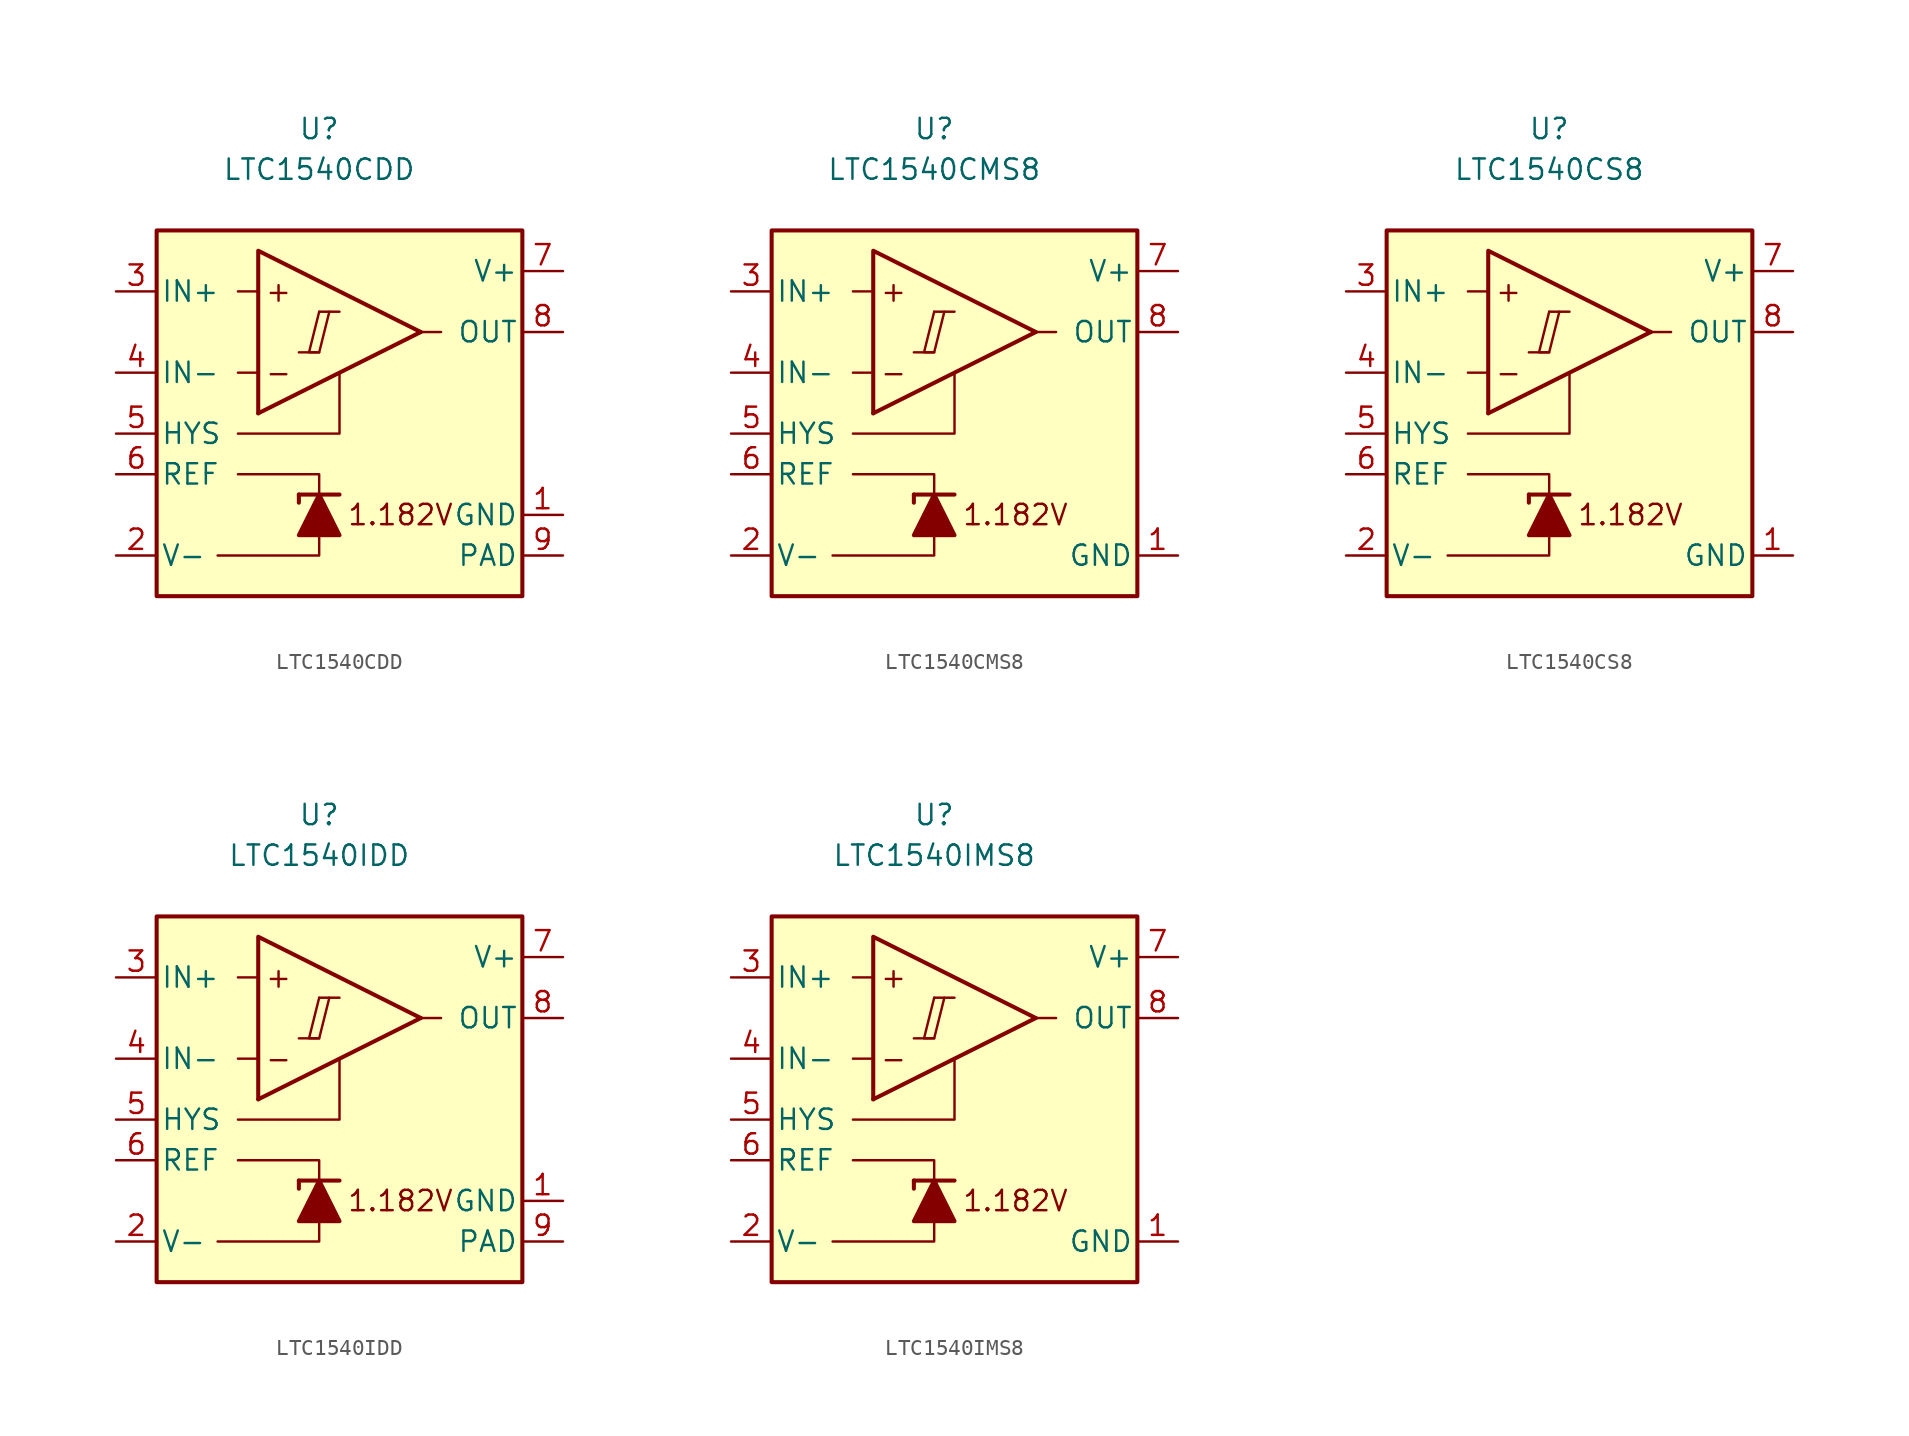
<source format=kicad_sym>
(kicad_symbol_lib
  (version 20231120)
  (generator "kicad_symbol_editor")
  (generator_version "8.0")
  (symbol "LTC1540CDD"
    (pin_names
      (offset 0.254))
    (property "Reference" "U"
      (at 0 16.51 0)
      (effects (font (size 1.27 1.27))))
    (property "Value" "LTC1540CDD"
      (at 0 13.97 0)
      (effects (font (size 1.27 1.27))))
    (symbol "LTC1540CDD_0_0"
      (polyline (pts (xy -1.27 2.54) (xy 0 2.54)) (stroke (width 0.152) (type default)) (fill (type none)))
      (polyline (pts (xy 0 5.08) (xy 1.27 5.08)) (stroke (width 0.152) (type default)) (fill (type none)))
      (polyline (pts (xy 6.35 3.81) (xy -3.81 -1.27)) (stroke (width 0.254) (type default)) (fill (type none)))
      (polyline (pts (xy 6.35 3.81) (xy -3.81 8.89) (xy -3.81 -1.27)) (stroke (width 0.254) (type default)) (fill (type background)))
      (polyline (pts (xy 0 5.08) (xy -0.635 2.54) (xy 0 2.54) (xy 0.635 5.08)) (stroke (width 0.152) (type default)) (fill (type none)))
      (text "+" (at -2.54 6.35 0) (effects (font (size 1.27 1.27))))
      (text "-" (at -2.54 1.27 0) (effects (font (size 1.27 1.27)))))
    (symbol "LTC1540CDD_0_1"
      (polyline (pts (xy -3.81 1.27) (xy -5.08 1.27)) (stroke (width 0) (type default)) (fill (type none)))
      (polyline (pts (xy -3.81 6.35) (xy -5.08 6.35)) (stroke (width 0) (type default)) (fill (type none)))
      (polyline (pts (xy -1.27 -6.35) (xy -1.27 -6.858)) (stroke (width 0.254) (type default)) (fill (type none)))
      (polyline (pts (xy -1.27 -6.35) (xy 1.27 -6.35)) (stroke (width 0.254) (type default)) (fill (type none)))
      (polyline (pts (xy 6.35 3.81) (xy 7.62 3.81)) (stroke (width 0) (type default)) (fill (type none)))
      (polyline (pts (xy 0 -8.89) (xy 0 -10.16) (xy -6.35 -10.16)) (stroke (width 0) (type default)) (fill (type none)))
      (polyline (pts (xy 0 -6.35) (xy 0 -5.08) (xy -5.08 -5.08)) (stroke (width 0) (type default)) (fill (type none)))
      (polyline (pts (xy 1.27 1.27) (xy 1.27 -2.54) (xy -5.08 -2.54)) (stroke (width 0) (type default)) (fill (type none)))
      (polyline (pts (xy 1.27 -8.89) (xy -1.27 -8.89) (xy 0 -6.35) (xy 1.27 -8.89)) (stroke (width 0.254) (type default)) (fill (type outline)))
      (rectangle (start 12.7 10.16) (end -10.16 -12.7) (stroke (width 0.254) (type default)) (fill (type background))))
    (symbol "LTC1540CDD_1_0"
      (text "1.182V" (at 5.08 -7.62 0) (effects (font (size 1.27 1.27)))))
    (symbol "LTC1540CDD_1_1"
      (pin power_in line (at 15.24 -7.62 180) (length 2.54) (name "GND" (effects (font (size 1.27 1.27)))) (number "1" (effects (font (size 1.27 1.27)))))
      (pin power_in line (at -12.7 -10.16 0) (length 2.54) (name "V-" (effects (font (size 1.27 1.27)))) (number "2" (effects (font (size 1.27 1.27)))))
      (pin input line (at -12.7 6.35 0) (length 2.54) (name "IN+" (effects (font (size 1.27 1.27)))) (number "3" (effects (font (size 1.27 1.27)))))
      (pin input line (at -12.7 1.27 0) (length 2.54) (name "IN-" (effects (font (size 1.27 1.27)))) (number "4" (effects (font (size 1.27 1.27)))))
      (pin input line (at -12.7 -2.54 0) (length 2.54) (name "HYS" (effects (font (size 1.27 1.27)))) (number "5" (effects (font (size 1.27 1.27)))))
      (pin output line (at -12.7 -5.08 0) (length 2.54) (name "REF" (effects (font (size 1.27 1.27)))) (number "6" (effects (font (size 1.27 1.27)))))
      (pin power_in line (at 15.24 7.62 180) (length 2.54) (name "V+" (effects (font (size 1.27 1.27)))) (number "7" (effects (font (size 1.27 1.27)))))
      (pin output line (at 15.24 3.81 180) (length 2.54) (name "OUT" (effects (font (size 1.27 1.27)))) (number "8" (effects (font (size 1.27 1.27)))))
      (pin power_in line (at 15.24 -10.16 180) (length 2.54) (name "PAD" (effects (font (size 1.27 1.27)))) (number "9" (effects (font (size 1.27 1.27)))))))
  (symbol "LTC1540CMS8"
    (pin_names
      (offset 0.254))
    (property "Reference" "U"
      (at 0 16.51 0)
      (effects (font (size 1.27 1.27))))
    (property "Value" "LTC1540CMS8"
      (at 0 13.97 0)
      (effects (font (size 1.27 1.27))))
    (symbol "LTC1540CMS8_0_0"
      (polyline (pts (xy -1.27 2.54) (xy 0 2.54)) (stroke (width 0.152) (type default)) (fill (type none)))
      (polyline (pts (xy 0 5.08) (xy 1.27 5.08)) (stroke (width 0.152) (type default)) (fill (type none)))
      (polyline (pts (xy 6.35 3.81) (xy -3.81 -1.27)) (stroke (width 0.254) (type default)) (fill (type none)))
      (polyline (pts (xy 6.35 3.81) (xy -3.81 8.89) (xy -3.81 -1.27)) (stroke (width 0.254) (type default)) (fill (type background)))
      (polyline (pts (xy 0 5.08) (xy -0.635 2.54) (xy 0 2.54) (xy 0.635 5.08)) (stroke (width 0.152) (type default)) (fill (type none)))
      (text "+" (at -2.54 6.35 0) (effects (font (size 1.27 1.27))))
      (text "-" (at -2.54 1.27 0) (effects (font (size 1.27 1.27)))))
    (symbol "LTC1540CMS8_0_1"
      (polyline (pts (xy -3.81 1.27) (xy -5.08 1.27)) (stroke (width 0) (type default)) (fill (type none)))
      (polyline (pts (xy -3.81 6.35) (xy -5.08 6.35)) (stroke (width 0) (type default)) (fill (type none)))
      (polyline (pts (xy -1.27 -6.35) (xy -1.27 -6.858)) (stroke (width 0.254) (type default)) (fill (type none)))
      (polyline (pts (xy -1.27 -6.35) (xy 1.27 -6.35)) (stroke (width 0.254) (type default)) (fill (type none)))
      (polyline (pts (xy 6.35 3.81) (xy 7.62 3.81)) (stroke (width 0) (type default)) (fill (type none)))
      (polyline (pts (xy 0 -8.89) (xy 0 -10.16) (xy -6.35 -10.16)) (stroke (width 0) (type default)) (fill (type none)))
      (polyline (pts (xy 0 -6.35) (xy 0 -5.08) (xy -5.08 -5.08)) (stroke (width 0) (type default)) (fill (type none)))
      (polyline (pts (xy 1.27 1.27) (xy 1.27 -2.54) (xy -5.08 -2.54)) (stroke (width 0) (type default)) (fill (type none)))
      (polyline (pts (xy 1.27 -8.89) (xy -1.27 -8.89) (xy 0 -6.35) (xy 1.27 -8.89)) (stroke (width 0.254) (type default)) (fill (type outline)))
      (rectangle (start 12.7 10.16) (end -10.16 -12.7) (stroke (width 0.254) (type default)) (fill (type background))))
    (symbol "LTC1540CMS8_1_0"
      (text "1.182V" (at 5.08 -7.62 0) (effects (font (size 1.27 1.27)))))
    (symbol "LTC1540CMS8_1_1"
      (pin power_in line (at 15.24 -10.16 180) (length 2.54) (name "GND" (effects (font (size 1.27 1.27)))) (number "1" (effects (font (size 1.27 1.27)))))
      (pin power_in line (at -12.7 -10.16 0) (length 2.54) (name "V-" (effects (font (size 1.27 1.27)))) (number "2" (effects (font (size 1.27 1.27)))))
      (pin input line (at -12.7 6.35 0) (length 2.54) (name "IN+" (effects (font (size 1.27 1.27)))) (number "3" (effects (font (size 1.27 1.27)))))
      (pin input line (at -12.7 1.27 0) (length 2.54) (name "IN-" (effects (font (size 1.27 1.27)))) (number "4" (effects (font (size 1.27 1.27)))))
      (pin input line (at -12.7 -2.54 0) (length 2.54) (name "HYS" (effects (font (size 1.27 1.27)))) (number "5" (effects (font (size 1.27 1.27)))))
      (pin output line (at -12.7 -5.08 0) (length 2.54) (name "REF" (effects (font (size 1.27 1.27)))) (number "6" (effects (font (size 1.27 1.27)))))
      (pin power_in line (at 15.24 7.62 180) (length 2.54) (name "V+" (effects (font (size 1.27 1.27)))) (number "7" (effects (font (size 1.27 1.27)))))
      (pin output line (at 15.24 3.81 180) (length 2.54) (name "OUT" (effects (font (size 1.27 1.27)))) (number "8" (effects (font (size 1.27 1.27)))))))
  (symbol "LTC1540CS8"
    (pin_names
      (offset 0.254))
    (property "Reference" "U"
      (at 0 16.51 0)
      (effects (font (size 1.27 1.27))))
    (property "Value" "LTC1540CS8"
      (at 0 13.97 0)
      (effects (font (size 1.27 1.27))))
    (symbol "LTC1540CS8_0_0"
      (polyline (pts (xy -1.27 2.54) (xy 0 2.54)) (stroke (width 0.152) (type default)) (fill (type none)))
      (polyline (pts (xy 0 5.08) (xy 1.27 5.08)) (stroke (width 0.152) (type default)) (fill (type none)))
      (polyline (pts (xy 6.35 3.81) (xy -3.81 -1.27)) (stroke (width 0.254) (type default)) (fill (type none)))
      (polyline (pts (xy 6.35 3.81) (xy -3.81 8.89) (xy -3.81 -1.27)) (stroke (width 0.254) (type default)) (fill (type background)))
      (polyline (pts (xy 0 5.08) (xy -0.635 2.54) (xy 0 2.54) (xy 0.635 5.08)) (stroke (width 0.152) (type default)) (fill (type none)))
      (text "+" (at -2.54 6.35 0) (effects (font (size 1.27 1.27))))
      (text "-" (at -2.54 1.27 0) (effects (font (size 1.27 1.27)))))
    (symbol "LTC1540CS8_0_1"
      (polyline (pts (xy -3.81 1.27) (xy -5.08 1.27)) (stroke (width 0) (type default)) (fill (type none)))
      (polyline (pts (xy -3.81 6.35) (xy -5.08 6.35)) (stroke (width 0) (type default)) (fill (type none)))
      (polyline (pts (xy -1.27 -6.35) (xy -1.27 -6.858)) (stroke (width 0.254) (type default)) (fill (type none)))
      (polyline (pts (xy -1.27 -6.35) (xy 1.27 -6.35)) (stroke (width 0.254) (type default)) (fill (type none)))
      (polyline (pts (xy 6.35 3.81) (xy 7.62 3.81)) (stroke (width 0) (type default)) (fill (type none)))
      (polyline (pts (xy 0 -8.89) (xy 0 -10.16) (xy -6.35 -10.16)) (stroke (width 0) (type default)) (fill (type none)))
      (polyline (pts (xy 0 -6.35) (xy 0 -5.08) (xy -5.08 -5.08)) (stroke (width 0) (type default)) (fill (type none)))
      (polyline (pts (xy 1.27 1.27) (xy 1.27 -2.54) (xy -5.08 -2.54)) (stroke (width 0) (type default)) (fill (type none)))
      (polyline (pts (xy 1.27 -8.89) (xy -1.27 -8.89) (xy 0 -6.35) (xy 1.27 -8.89)) (stroke (width 0.254) (type default)) (fill (type outline)))
      (rectangle (start 12.7 10.16) (end -10.16 -12.7) (stroke (width 0.254) (type default)) (fill (type background))))
    (symbol "LTC1540CS8_1_0"
      (text "1.182V" (at 5.08 -7.62 0) (effects (font (size 1.27 1.27)))))
    (symbol "LTC1540CS8_1_1"
      (pin power_in line (at 15.24 -10.16 180) (length 2.54) (name "GND" (effects (font (size 1.27 1.27)))) (number "1" (effects (font (size 1.27 1.27)))))
      (pin power_in line (at -12.7 -10.16 0) (length 2.54) (name "V-" (effects (font (size 1.27 1.27)))) (number "2" (effects (font (size 1.27 1.27)))))
      (pin input line (at -12.7 6.35 0) (length 2.54) (name "IN+" (effects (font (size 1.27 1.27)))) (number "3" (effects (font (size 1.27 1.27)))))
      (pin input line (at -12.7 1.27 0) (length 2.54) (name "IN-" (effects (font (size 1.27 1.27)))) (number "4" (effects (font (size 1.27 1.27)))))
      (pin input line (at -12.7 -2.54 0) (length 2.54) (name "HYS" (effects (font (size 1.27 1.27)))) (number "5" (effects (font (size 1.27 1.27)))))
      (pin output line (at -12.7 -5.08 0) (length 2.54) (name "REF" (effects (font (size 1.27 1.27)))) (number "6" (effects (font (size 1.27 1.27)))))
      (pin power_in line (at 15.24 7.62 180) (length 2.54) (name "V+" (effects (font (size 1.27 1.27)))) (number "7" (effects (font (size 1.27 1.27)))))
      (pin output line (at 15.24 3.81 180) (length 2.54) (name "OUT" (effects (font (size 1.27 1.27)))) (number "8" (effects (font (size 1.27 1.27)))))))
  (symbol "LTC1540IDD"
    (pin_names
      (offset 0.254))
    (property "Reference" "U"
      (at 0 16.51 0)
      (effects (font (size 1.27 1.27))))
    (property "Value" "LTC1540IDD"
      (at 0 13.97 0)
      (effects (font (size 1.27 1.27))))
    (symbol "LTC1540IDD_0_0"
      (polyline (pts (xy -1.27 2.54) (xy 0 2.54)) (stroke (width 0.152) (type default)) (fill (type none)))
      (polyline (pts (xy 0 5.08) (xy 1.27 5.08)) (stroke (width 0.152) (type default)) (fill (type none)))
      (polyline (pts (xy 6.35 3.81) (xy -3.81 -1.27)) (stroke (width 0.254) (type default)) (fill (type none)))
      (polyline (pts (xy 6.35 3.81) (xy -3.81 8.89) (xy -3.81 -1.27)) (stroke (width 0.254) (type default)) (fill (type background)))
      (polyline (pts (xy 0 5.08) (xy -0.635 2.54) (xy 0 2.54) (xy 0.635 5.08)) (stroke (width 0.152) (type default)) (fill (type none)))
      (text "+" (at -2.54 6.35 0) (effects (font (size 1.27 1.27))))
      (text "-" (at -2.54 1.27 0) (effects (font (size 1.27 1.27)))))
    (symbol "LTC1540IDD_0_1"
      (polyline (pts (xy -3.81 1.27) (xy -5.08 1.27)) (stroke (width 0) (type default)) (fill (type none)))
      (polyline (pts (xy -3.81 6.35) (xy -5.08 6.35)) (stroke (width 0) (type default)) (fill (type none)))
      (polyline (pts (xy -1.27 -6.35) (xy -1.27 -6.858)) (stroke (width 0.254) (type default)) (fill (type none)))
      (polyline (pts (xy -1.27 -6.35) (xy 1.27 -6.35)) (stroke (width 0.254) (type default)) (fill (type none)))
      (polyline (pts (xy 6.35 3.81) (xy 7.62 3.81)) (stroke (width 0) (type default)) (fill (type none)))
      (polyline (pts (xy 0 -8.89) (xy 0 -10.16) (xy -6.35 -10.16)) (stroke (width 0) (type default)) (fill (type none)))
      (polyline (pts (xy 0 -6.35) (xy 0 -5.08) (xy -5.08 -5.08)) (stroke (width 0) (type default)) (fill (type none)))
      (polyline (pts (xy 1.27 1.27) (xy 1.27 -2.54) (xy -5.08 -2.54)) (stroke (width 0) (type default)) (fill (type none)))
      (polyline (pts (xy 1.27 -8.89) (xy -1.27 -8.89) (xy 0 -6.35) (xy 1.27 -8.89)) (stroke (width 0.254) (type default)) (fill (type outline)))
      (rectangle (start 12.7 10.16) (end -10.16 -12.7) (stroke (width 0.254) (type default)) (fill (type background))))
    (symbol "LTC1540IDD_1_0"
      (text "1.182V" (at 5.08 -7.62 0) (effects (font (size 1.27 1.27)))))
    (symbol "LTC1540IDD_1_1"
      (pin power_in line (at 15.24 -7.62 180) (length 2.54) (name "GND" (effects (font (size 1.27 1.27)))) (number "1" (effects (font (size 1.27 1.27)))))
      (pin power_in line (at -12.7 -10.16 0) (length 2.54) (name "V-" (effects (font (size 1.27 1.27)))) (number "2" (effects (font (size 1.27 1.27)))))
      (pin input line (at -12.7 6.35 0) (length 2.54) (name "IN+" (effects (font (size 1.27 1.27)))) (number "3" (effects (font (size 1.27 1.27)))))
      (pin input line (at -12.7 1.27 0) (length 2.54) (name "IN-" (effects (font (size 1.27 1.27)))) (number "4" (effects (font (size 1.27 1.27)))))
      (pin input line (at -12.7 -2.54 0) (length 2.54) (name "HYS" (effects (font (size 1.27 1.27)))) (number "5" (effects (font (size 1.27 1.27)))))
      (pin output line (at -12.7 -5.08 0) (length 2.54) (name "REF" (effects (font (size 1.27 1.27)))) (number "6" (effects (font (size 1.27 1.27)))))
      (pin power_in line (at 15.24 7.62 180) (length 2.54) (name "V+" (effects (font (size 1.27 1.27)))) (number "7" (effects (font (size 1.27 1.27)))))
      (pin output line (at 15.24 3.81 180) (length 2.54) (name "OUT" (effects (font (size 1.27 1.27)))) (number "8" (effects (font (size 1.27 1.27)))))
      (pin power_in line (at 15.24 -10.16 180) (length 2.54) (name "PAD" (effects (font (size 1.27 1.27)))) (number "9" (effects (font (size 1.27 1.27)))))))
  (symbol "LTC1540IMS8"
    (pin_names
      (offset 0.254))
    (property "Reference" "U"
      (at 0 16.51 0)
      (effects (font (size 1.27 1.27))))
    (property "Value" "LTC1540IMS8"
      (at 0 13.97 0)
      (effects (font (size 1.27 1.27))))
    (symbol "LTC1540IMS8_0_0"
      (polyline (pts (xy -1.27 2.54) (xy 0 2.54)) (stroke (width 0.152) (type default)) (fill (type none)))
      (polyline (pts (xy 0 5.08) (xy 1.27 5.08)) (stroke (width 0.152) (type default)) (fill (type none)))
      (polyline (pts (xy 6.35 3.81) (xy -3.81 -1.27)) (stroke (width 0.254) (type default)) (fill (type none)))
      (polyline (pts (xy 6.35 3.81) (xy -3.81 8.89) (xy -3.81 -1.27)) (stroke (width 0.254) (type default)) (fill (type background)))
      (polyline (pts (xy 0 5.08) (xy -0.635 2.54) (xy 0 2.54) (xy 0.635 5.08)) (stroke (width 0.152) (type default)) (fill (type none)))
      (text "+" (at -2.54 6.35 0) (effects (font (size 1.27 1.27))))
      (text "-" (at -2.54 1.27 0) (effects (font (size 1.27 1.27)))))
    (symbol "LTC1540IMS8_0_1"
      (polyline (pts (xy -3.81 1.27) (xy -5.08 1.27)) (stroke (width 0) (type default)) (fill (type none)))
      (polyline (pts (xy -3.81 6.35) (xy -5.08 6.35)) (stroke (width 0) (type default)) (fill (type none)))
      (polyline (pts (xy -1.27 -6.35) (xy -1.27 -6.858)) (stroke (width 0.254) (type default)) (fill (type none)))
      (polyline (pts (xy -1.27 -6.35) (xy 1.27 -6.35)) (stroke (width 0.254) (type default)) (fill (type none)))
      (polyline (pts (xy 6.35 3.81) (xy 7.62 3.81)) (stroke (width 0) (type default)) (fill (type none)))
      (polyline (pts (xy 0 -8.89) (xy 0 -10.16) (xy -6.35 -10.16)) (stroke (width 0) (type default)) (fill (type none)))
      (polyline (pts (xy 0 -6.35) (xy 0 -5.08) (xy -5.08 -5.08)) (stroke (width 0) (type default)) (fill (type none)))
      (polyline (pts (xy 1.27 1.27) (xy 1.27 -2.54) (xy -5.08 -2.54)) (stroke (width 0) (type default)) (fill (type none)))
      (polyline (pts (xy 1.27 -8.89) (xy -1.27 -8.89) (xy 0 -6.35) (xy 1.27 -8.89)) (stroke (width 0.254) (type default)) (fill (type outline)))
      (rectangle (start 12.7 10.16) (end -10.16 -12.7) (stroke (width 0.254) (type default)) (fill (type background))))
    (symbol "LTC1540IMS8_1_0"
      (text "1.182V" (at 5.08 -7.62 0) (effects (font (size 1.27 1.27)))))
    (symbol "LTC1540IMS8_1_1"
      (pin power_in line (at 15.24 -10.16 180) (length 2.54) (name "GND" (effects (font (size 1.27 1.27)))) (number "1" (effects (font (size 1.27 1.27)))))
      (pin power_in line (at -12.7 -10.16 0) (length 2.54) (name "V-" (effects (font (size 1.27 1.27)))) (number "2" (effects (font (size 1.27 1.27)))))
      (pin input line (at -12.7 6.35 0) (length 2.54) (name "IN+" (effects (font (size 1.27 1.27)))) (number "3" (effects (font (size 1.27 1.27)))))
      (pin input line (at -12.7 1.27 0) (length 2.54) (name "IN-" (effects (font (size 1.27 1.27)))) (number "4" (effects (font (size 1.27 1.27)))))
      (pin input line (at -12.7 -2.54 0) (length 2.54) (name "HYS" (effects (font (size 1.27 1.27)))) (number "5" (effects (font (size 1.27 1.27)))))
      (pin output line (at -12.7 -5.08 0) (length 2.54) (name "REF" (effects (font (size 1.27 1.27)))) (number "6" (effects (font (size 1.27 1.27)))))
      (pin power_in line (at 15.24 7.62 180) (length 2.54) (name "V+" (effects (font (size 1.27 1.27)))) (number "7" (effects (font (size 1.27 1.27)))))
      (pin output line (at 15.24 3.81 180) (length 2.54) (name "OUT" (effects (font (size 1.27 1.27)))) (number "8" (effects (font (size 1.27 1.27))))))))
</source>
